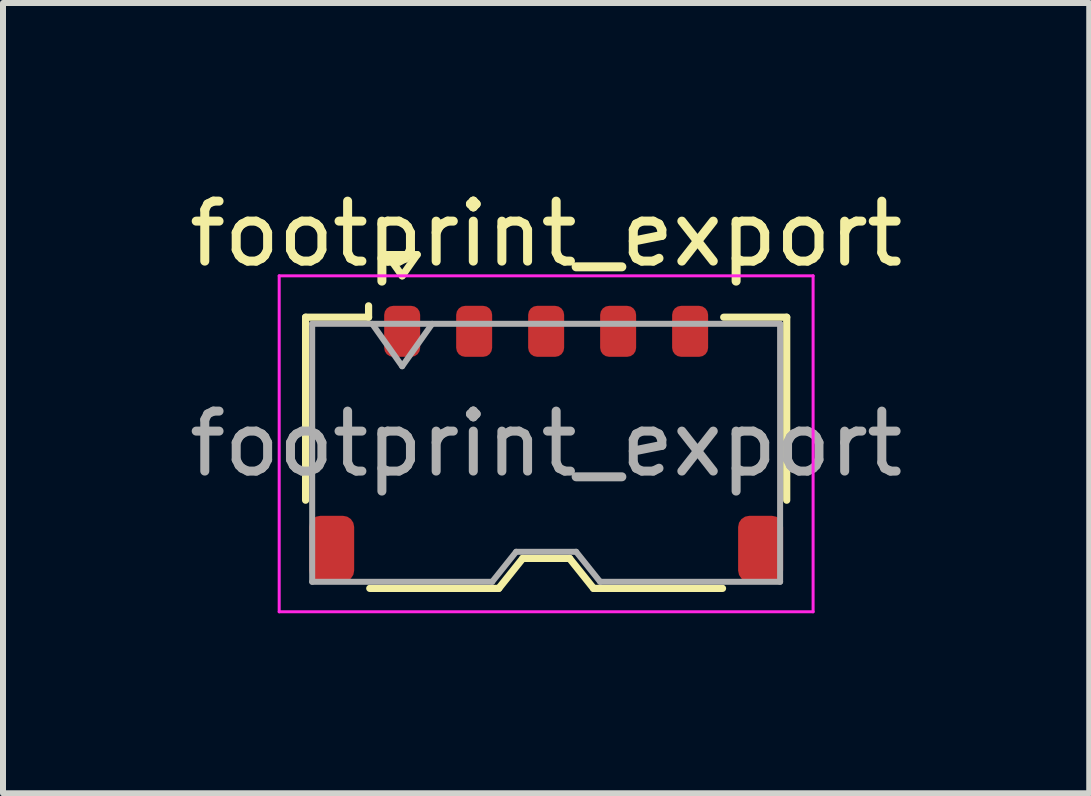
<source format=kicad_pcb>
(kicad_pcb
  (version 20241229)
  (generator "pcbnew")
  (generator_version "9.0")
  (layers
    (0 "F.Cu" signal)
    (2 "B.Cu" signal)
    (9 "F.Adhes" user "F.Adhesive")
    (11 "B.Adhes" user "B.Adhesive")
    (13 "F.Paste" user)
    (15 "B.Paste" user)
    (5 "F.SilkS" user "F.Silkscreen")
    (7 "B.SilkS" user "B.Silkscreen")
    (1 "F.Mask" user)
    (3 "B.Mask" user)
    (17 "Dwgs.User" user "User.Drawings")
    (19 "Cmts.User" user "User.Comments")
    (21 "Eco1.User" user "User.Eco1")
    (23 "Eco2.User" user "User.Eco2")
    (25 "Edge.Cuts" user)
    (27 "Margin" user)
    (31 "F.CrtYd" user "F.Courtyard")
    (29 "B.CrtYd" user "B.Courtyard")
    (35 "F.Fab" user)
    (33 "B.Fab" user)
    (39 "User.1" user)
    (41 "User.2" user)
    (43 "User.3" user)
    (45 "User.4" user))
  (footprint "footprint_export"
    (layer "F.Cu")
    (at 6.054 4.348)
    (property "Reference" "footprint_export" (at 0 -3.5 0) (layer "F.SilkS") (effects (font (size 1 1) (thickness 0.15))))
    (attr smd)
    (fp_line (start -4.01 -2.11) (end -2.96 -2.11) (stroke (width 0.12) (type solid)) (layer "F.SilkS"))
    (fp_line (start -4.01 0.94) (end -4.01 -2.11) (stroke (width 0.12) (type solid)) (layer "F.SilkS"))
    (fp_line (start -2.96 -2.11) (end -2.96 -2.3) (stroke (width 0.12) (type solid)) (layer "F.SilkS"))
    (fp_line (start -2.94 2.41) (end -0.79 2.41) (stroke (width 0.12) (type solid)) (layer "F.SilkS"))
    (fp_line (start -2.65 -3.154) (end -2.4 -2.8) (stroke (width 0.12) (type solid)) (layer "F.SilkS"))
    (fp_line (start -2.4 -2.8) (end -2.15 -3.154) (stroke (width 0.12) (type solid)) (layer "F.SilkS"))
    (fp_line (start -2.15 -3.154) (end -2.65 -3.154) (stroke (width 0.12) (type solid)) (layer "F.SilkS"))
    (fp_line (start -0.79 2.41) (end -0.39 1.91) (stroke (width 0.12) (type solid)) (layer "F.SilkS"))
    (fp_line (start -0.39 1.91) (end 0.39 1.91) (stroke (width 0.12) (type solid)) (layer "F.SilkS"))
    (fp_line (start 0.39 1.91) (end 0.79 2.41) (stroke (width 0.12) (type solid)) (layer "F.SilkS"))
    (fp_line (start 0.79 2.41) (end 2.94 2.41) (stroke (width 0.12) (type solid)) (layer "F.SilkS"))
    (fp_line (start 4.01 -2.11) (end 2.96 -2.11) (stroke (width 0.12) (type solid)) (layer "F.SilkS"))
    (fp_line (start 4.01 0.94) (end 4.01 -2.11) (stroke (width 0.12) (type solid)) (layer "F.SilkS"))
    (fp_line (start -4.45 -2.8) (end -4.45 2.8) (stroke (width 0.05) (type solid)) (layer "F.CrtYd"))
    (fp_line (start -4.45 2.8) (end 4.45 2.8) (stroke (width 0.05) (type solid)) (layer "F.CrtYd"))
    (fp_line (start 4.45 -2.8) (end -4.45 -2.8) (stroke (width 0.05) (type solid)) (layer "F.CrtYd"))
    (fp_line (start 4.45 2.8) (end 4.45 -2.8) (stroke (width 0.05) (type solid)) (layer "F.CrtYd"))
    (fp_line (start -3.9 -2) (end -3.9 2.3) (stroke (width 0.1) (type solid)) (layer "F.Fab"))
    (fp_line (start -3.9 -2) (end 3.9 -2) (stroke (width 0.1) (type solid)) (layer "F.Fab"))
    (fp_line (start -3.9 2.3) (end -0.9 2.3) (stroke (width 0.1) (type solid)) (layer "F.Fab"))
    (fp_line (start -2.9 -2) (end -2.4 -1.293) (stroke (width 0.1) (type solid)) (layer "F.Fab"))
    (fp_line (start -2.4 -1.293) (end -1.9 -2) (stroke (width 0.1) (type solid)) (layer "F.Fab"))
    (fp_line (start -0.9 2.3) (end -0.5 1.8) (stroke (width 0.1) (type solid)) (layer "F.Fab"))
    (fp_line (start -0.5 1.8) (end 0.5 1.8) (stroke (width 0.1) (type solid)) (layer "F.Fab"))
    (fp_line (start 0.5 1.8) (end 0.9 2.3) (stroke (width 0.1) (type solid)) (layer "F.Fab"))
    (fp_line (start 0.9 2.3) (end 3.9 2.3) (stroke (width 0.1) (type solid)) (layer "F.Fab"))
    (fp_line (start 3.9 -2) (end 3.9 2.3) (stroke (width 0.1) (type solid)) (layer "F.Fab"))
    (fp_text user "${REFERENCE}" (at 0 0 0) (layer "F.Fab") (effects (font (size 1 1) (thickness 0.15))))
    (pad "1" smd roundrect (at -2.4 -1.875) (size 0.6 0.85) (layers "F.Cu" "F.Mask" "F.Paste") (roundrect_rratio 0.25))
    (pad "2" smd roundrect (at -1.2 -1.875) (size 0.6 0.85) (layers "F.Cu" "F.Mask" "F.Paste") (roundrect_rratio 0.25))
    (pad "3" smd roundrect (at 0 -1.875) (size 0.6 0.85) (layers "F.Cu" "F.Mask" "F.Paste") (roundrect_rratio 0.25))
    (pad "4" smd roundrect (at 1.2 -1.875) (size 0.6 0.85) (layers "F.Cu" "F.Mask" "F.Paste") (roundrect_rratio 0.25))
    (pad "5" smd roundrect (at 2.4 -1.875) (size 0.6 0.85) (layers "F.Cu" "F.Mask" "F.Paste") (roundrect_rratio 0.25))
    (pad "MP" smd roundrect (at -3.575 1.75) (size 0.75 1.1) (layers "F.Cu" "F.Mask" "F.Paste") (roundrect_rratio 0.25))
    (pad "MP" smd roundrect (at 3.575 1.75) (size 0.75 1.1) (layers "F.Cu" "F.Mask" "F.Paste") (roundrect_rratio 0.25)))
  (gr_rect
    (start -3 -3)
    (end 15.107 10.173)
    (stroke (width 0.1) (type default))
    (fill no)
    (layer "Edge.Cuts")))
</source>
